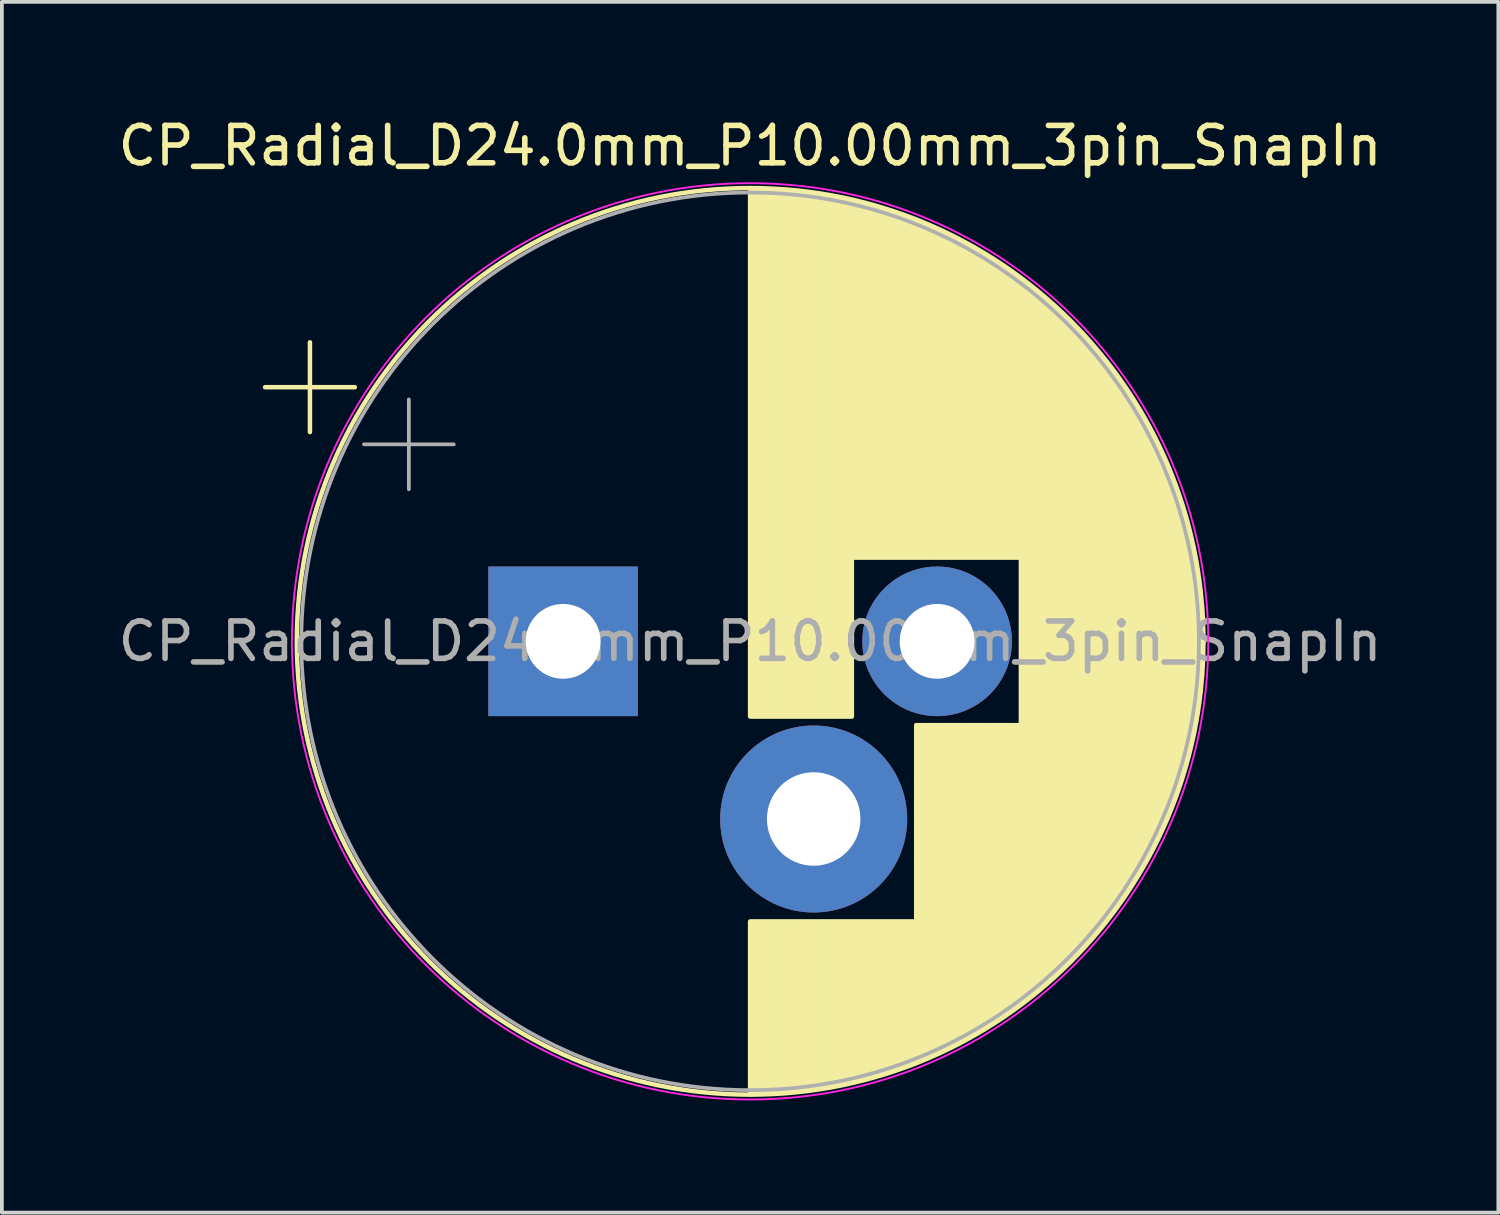
<source format=kicad_pcb>
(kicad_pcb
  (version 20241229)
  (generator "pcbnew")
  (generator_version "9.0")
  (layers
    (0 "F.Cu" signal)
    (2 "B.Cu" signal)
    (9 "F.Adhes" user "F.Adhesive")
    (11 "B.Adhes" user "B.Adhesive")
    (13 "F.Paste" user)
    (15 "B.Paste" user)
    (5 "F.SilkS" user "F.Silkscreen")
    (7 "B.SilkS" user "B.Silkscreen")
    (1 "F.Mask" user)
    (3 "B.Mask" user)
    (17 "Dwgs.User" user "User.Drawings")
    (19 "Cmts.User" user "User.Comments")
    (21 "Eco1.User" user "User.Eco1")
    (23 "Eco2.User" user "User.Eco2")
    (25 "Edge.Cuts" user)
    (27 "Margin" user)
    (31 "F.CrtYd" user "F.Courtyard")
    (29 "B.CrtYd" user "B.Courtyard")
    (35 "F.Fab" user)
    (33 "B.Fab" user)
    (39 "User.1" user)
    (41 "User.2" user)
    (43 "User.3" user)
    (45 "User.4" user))
  (footprint "CP_Radial_D24.0mm_P10.00mm_3pin_SnapIn"
    (layer "F.Cu")
    (at 12.006 14.098)
    (property "Reference" "CP_Radial_D24.0mm_P10.00mm_3pin_SnapIn" (at 5 -13.25 0) (layer "F.SilkS") (effects (font (size 1 1) (thickness 0.15))))
    (attr through_hole)
    (fp_line (start -7.969 -6.795) (end -5.569 -6.795) (stroke (width 0.12) (type solid)) (layer "F.SilkS"))
    (fp_line (start -6.769 -7.995) (end -6.769 -5.595) (stroke (width 0.12) (type solid)) (layer "F.SilkS"))
    (fp_line (start 5 -12.081) (end 5 2.01) (stroke (width 0.12) (type solid)) (layer "F.SilkS"))
    (fp_line (start 5 7.49) (end 5 12.081) (stroke (width 0.12) (type solid)) (layer "F.SilkS"))
    (fp_line (start 5.04 -12.08) (end 5.04 2.01) (stroke (width 0.12) (type solid)) (layer "F.SilkS"))
    (fp_line (start 5.04 7.49) (end 5.04 12.08) (stroke (width 0.12) (type solid)) (layer "F.SilkS"))
    (fp_line (start 5.08 -12.08) (end 5.08 2.01) (stroke (width 0.12) (type solid)) (layer "F.SilkS"))
    (fp_line (start 5.08 7.49) (end 5.08 12.08) (stroke (width 0.12) (type solid)) (layer "F.SilkS"))
    (fp_line (start 5.12 -12.08) (end 5.12 2.01) (stroke (width 0.12) (type solid)) (layer "F.SilkS"))
    (fp_line (start 5.12 7.49) (end 5.12 12.08) (stroke (width 0.12) (type solid)) (layer "F.SilkS"))
    (fp_line (start 5.16 -12.079) (end 5.16 2.01) (stroke (width 0.12) (type solid)) (layer "F.SilkS"))
    (fp_line (start 5.16 7.49) (end 5.16 12.079) (stroke (width 0.12) (type solid)) (layer "F.SilkS"))
    (fp_line (start 5.2 -12.079) (end 5.2 2.01) (stroke (width 0.12) (type solid)) (layer "F.SilkS"))
    (fp_line (start 5.2 7.49) (end 5.2 12.079) (stroke (width 0.12) (type solid)) (layer "F.SilkS"))
    (fp_line (start 5.24 -12.078) (end 5.24 2.01) (stroke (width 0.12) (type solid)) (layer "F.SilkS"))
    (fp_line (start 5.24 7.49) (end 5.24 12.078) (stroke (width 0.12) (type solid)) (layer "F.SilkS"))
    (fp_line (start 5.28 -12.077) (end 5.28 2.01) (stroke (width 0.12) (type solid)) (layer "F.SilkS"))
    (fp_line (start 5.28 7.49) (end 5.28 12.077) (stroke (width 0.12) (type solid)) (layer "F.SilkS"))
    (fp_line (start 5.32 -12.076) (end 5.32 2.01) (stroke (width 0.12) (type solid)) (layer "F.SilkS"))
    (fp_line (start 5.32 7.49) (end 5.32 12.076) (stroke (width 0.12) (type solid)) (layer "F.SilkS"))
    (fp_line (start 5.36 -12.075) (end 5.36 2.01) (stroke (width 0.12) (type solid)) (layer "F.SilkS"))
    (fp_line (start 5.36 7.49) (end 5.36 12.075) (stroke (width 0.12) (type solid)) (layer "F.SilkS"))
    (fp_line (start 5.4 -12.074) (end 5.4 2.01) (stroke (width 0.12) (type solid)) (layer "F.SilkS"))
    (fp_line (start 5.4 7.49) (end 5.4 12.074) (stroke (width 0.12) (type solid)) (layer "F.SilkS"))
    (fp_line (start 5.44 -12.073) (end 5.44 2.01) (stroke (width 0.12) (type solid)) (layer "F.SilkS"))
    (fp_line (start 5.44 7.49) (end 5.44 12.073) (stroke (width 0.12) (type solid)) (layer "F.SilkS"))
    (fp_line (start 5.48 -12.071) (end 5.48 2.01) (stroke (width 0.12) (type solid)) (layer "F.SilkS"))
    (fp_line (start 5.48 7.49) (end 5.48 12.071) (stroke (width 0.12) (type solid)) (layer "F.SilkS"))
    (fp_line (start 5.52 -12.069) (end 5.52 2.01) (stroke (width 0.12) (type solid)) (layer "F.SilkS"))
    (fp_line (start 5.52 7.49) (end 5.52 12.069) (stroke (width 0.12) (type solid)) (layer "F.SilkS"))
    (fp_line (start 5.56 -12.068) (end 5.56 2.01) (stroke (width 0.12) (type solid)) (layer "F.SilkS"))
    (fp_line (start 5.56 7.49) (end 5.56 12.068) (stroke (width 0.12) (type solid)) (layer "F.SilkS"))
    (fp_line (start 5.6 -12.066) (end 5.6 2.01) (stroke (width 0.12) (type solid)) (layer "F.SilkS"))
    (fp_line (start 5.6 7.49) (end 5.6 12.066) (stroke (width 0.12) (type solid)) (layer "F.SilkS"))
    (fp_line (start 5.64 -12.064) (end 5.64 2.01) (stroke (width 0.12) (type solid)) (layer "F.SilkS"))
    (fp_line (start 5.64 7.49) (end 5.64 12.064) (stroke (width 0.12) (type solid)) (layer "F.SilkS"))
    (fp_line (start 5.68 -12.061) (end 5.68 2.01) (stroke (width 0.12) (type solid)) (layer "F.SilkS"))
    (fp_line (start 5.68 7.49) (end 5.68 12.061) (stroke (width 0.12) (type solid)) (layer "F.SilkS"))
    (fp_line (start 5.721 -12.059) (end 5.721 2.01) (stroke (width 0.12) (type solid)) (layer "F.SilkS"))
    (fp_line (start 5.721 7.49) (end 5.721 12.059) (stroke (width 0.12) (type solid)) (layer "F.SilkS"))
    (fp_line (start 5.761 -12.057) (end 5.761 2.01) (stroke (width 0.12) (type solid)) (layer "F.SilkS"))
    (fp_line (start 5.761 7.49) (end 5.761 12.057) (stroke (width 0.12) (type solid)) (layer "F.SilkS"))
    (fp_line (start 5.801 -12.054) (end 5.801 2.01) (stroke (width 0.12) (type solid)) (layer "F.SilkS"))
    (fp_line (start 5.801 7.49) (end 5.801 12.054) (stroke (width 0.12) (type solid)) (layer "F.SilkS"))
    (fp_line (start 5.841 -12.051) (end 5.841 2.01) (stroke (width 0.12) (type solid)) (layer "F.SilkS"))
    (fp_line (start 5.841 7.49) (end 5.841 12.051) (stroke (width 0.12) (type solid)) (layer "F.SilkS"))
    (fp_line (start 5.881 -12.049) (end 5.881 2.01) (stroke (width 0.12) (type solid)) (layer "F.SilkS"))
    (fp_line (start 5.881 7.49) (end 5.881 12.049) (stroke (width 0.12) (type solid)) (layer "F.SilkS"))
    (fp_line (start 5.921 -12.046) (end 5.921 2.01) (stroke (width 0.12) (type solid)) (layer "F.SilkS"))
    (fp_line (start 5.921 7.49) (end 5.921 12.046) (stroke (width 0.12) (type solid)) (layer "F.SilkS"))
    (fp_line (start 5.961 -12.042) (end 5.961 2.01) (stroke (width 0.12) (type solid)) (layer "F.SilkS"))
    (fp_line (start 5.961 7.49) (end 5.961 12.042) (stroke (width 0.12) (type solid)) (layer "F.SilkS"))
    (fp_line (start 6.001 -12.039) (end 6.001 2.01) (stroke (width 0.12) (type solid)) (layer "F.SilkS"))
    (fp_line (start 6.001 7.49) (end 6.001 12.039) (stroke (width 0.12) (type solid)) (layer "F.SilkS"))
    (fp_line (start 6.041 -12.036) (end 6.041 2.01) (stroke (width 0.12) (type solid)) (layer "F.SilkS"))
    (fp_line (start 6.041 7.49) (end 6.041 12.036) (stroke (width 0.12) (type solid)) (layer "F.SilkS"))
    (fp_line (start 6.081 -12.032) (end 6.081 2.01) (stroke (width 0.12) (type solid)) (layer "F.SilkS"))
    (fp_line (start 6.081 7.49) (end 6.081 12.032) (stroke (width 0.12) (type solid)) (layer "F.SilkS"))
    (fp_line (start 6.121 -12.029) (end 6.121 2.01) (stroke (width 0.12) (type solid)) (layer "F.SilkS"))
    (fp_line (start 6.121 7.49) (end 6.121 12.029) (stroke (width 0.12) (type solid)) (layer "F.SilkS"))
    (fp_line (start 6.161 -12.025) (end 6.161 2.01) (stroke (width 0.12) (type solid)) (layer "F.SilkS"))
    (fp_line (start 6.161 7.49) (end 6.161 12.025) (stroke (width 0.12) (type solid)) (layer "F.SilkS"))
    (fp_line (start 6.201 -12.021) (end 6.201 2.01) (stroke (width 0.12) (type solid)) (layer "F.SilkS"))
    (fp_line (start 6.201 7.49) (end 6.201 12.021) (stroke (width 0.12) (type solid)) (layer "F.SilkS"))
    (fp_line (start 6.241 -12.017) (end 6.241 2.01) (stroke (width 0.12) (type solid)) (layer "F.SilkS"))
    (fp_line (start 6.241 7.49) (end 6.241 12.017) (stroke (width 0.12) (type solid)) (layer "F.SilkS"))
    (fp_line (start 6.281 -12.013) (end 6.281 2.01) (stroke (width 0.12) (type solid)) (layer "F.SilkS"))
    (fp_line (start 6.281 7.49) (end 6.281 12.013) (stroke (width 0.12) (type solid)) (layer "F.SilkS"))
    (fp_line (start 6.321 -12.008) (end 6.321 2.01) (stroke (width 0.12) (type solid)) (layer "F.SilkS"))
    (fp_line (start 6.321 7.49) (end 6.321 12.008) (stroke (width 0.12) (type solid)) (layer "F.SilkS"))
    (fp_line (start 6.361 -12.004) (end 6.361 2.01) (stroke (width 0.12) (type solid)) (layer "F.SilkS"))
    (fp_line (start 6.361 7.49) (end 6.361 12.004) (stroke (width 0.12) (type solid)) (layer "F.SilkS"))
    (fp_line (start 6.401 -11.999) (end 6.401 2.01) (stroke (width 0.12) (type solid)) (layer "F.SilkS"))
    (fp_line (start 6.401 7.49) (end 6.401 11.999) (stroke (width 0.12) (type solid)) (layer "F.SilkS"))
    (fp_line (start 6.441 -11.995) (end 6.441 2.01) (stroke (width 0.12) (type solid)) (layer "F.SilkS"))
    (fp_line (start 6.441 7.49) (end 6.441 11.995) (stroke (width 0.12) (type solid)) (layer "F.SilkS"))
    (fp_line (start 6.481 -11.99) (end 6.481 2.01) (stroke (width 0.12) (type solid)) (layer "F.SilkS"))
    (fp_line (start 6.481 7.49) (end 6.481 11.99) (stroke (width 0.12) (type solid)) (layer "F.SilkS"))
    (fp_line (start 6.521 -11.985) (end 6.521 2.01) (stroke (width 0.12) (type solid)) (layer "F.SilkS"))
    (fp_line (start 6.521 7.49) (end 6.521 11.985) (stroke (width 0.12) (type solid)) (layer "F.SilkS"))
    (fp_line (start 6.561 -11.98) (end 6.561 2.01) (stroke (width 0.12) (type solid)) (layer "F.SilkS"))
    (fp_line (start 6.561 7.49) (end 6.561 11.98) (stroke (width 0.12) (type solid)) (layer "F.SilkS"))
    (fp_line (start 6.601 -11.974) (end 6.601 2.01) (stroke (width 0.12) (type solid)) (layer "F.SilkS"))
    (fp_line (start 6.601 7.49) (end 6.601 11.974) (stroke (width 0.12) (type solid)) (layer "F.SilkS"))
    (fp_line (start 6.641 -11.969) (end 6.641 2.01) (stroke (width 0.12) (type solid)) (layer "F.SilkS"))
    (fp_line (start 6.641 7.49) (end 6.641 11.969) (stroke (width 0.12) (type solid)) (layer "F.SilkS"))
    (fp_line (start 6.681 -11.963) (end 6.681 2.01) (stroke (width 0.12) (type solid)) (layer "F.SilkS"))
    (fp_line (start 6.681 7.49) (end 6.681 11.963) (stroke (width 0.12) (type solid)) (layer "F.SilkS"))
    (fp_line (start 6.721 -11.958) (end 6.721 2.01) (stroke (width 0.12) (type solid)) (layer "F.SilkS"))
    (fp_line (start 6.721 7.49) (end 6.721 11.958) (stroke (width 0.12) (type solid)) (layer "F.SilkS"))
    (fp_line (start 6.761 -11.952) (end 6.761 2.01) (stroke (width 0.12) (type solid)) (layer "F.SilkS"))
    (fp_line (start 6.761 7.49) (end 6.761 11.952) (stroke (width 0.12) (type solid)) (layer "F.SilkS"))
    (fp_line (start 6.801 -11.946) (end 6.801 2.01) (stroke (width 0.12) (type solid)) (layer "F.SilkS"))
    (fp_line (start 6.801 7.49) (end 6.801 11.946) (stroke (width 0.12) (type solid)) (layer "F.SilkS"))
    (fp_line (start 6.841 -11.94) (end 6.841 2.01) (stroke (width 0.12) (type solid)) (layer "F.SilkS"))
    (fp_line (start 6.841 7.49) (end 6.841 11.94) (stroke (width 0.12) (type solid)) (layer "F.SilkS"))
    (fp_line (start 6.881 -11.934) (end 6.881 2.01) (stroke (width 0.12) (type solid)) (layer "F.SilkS"))
    (fp_line (start 6.881 7.49) (end 6.881 11.934) (stroke (width 0.12) (type solid)) (layer "F.SilkS"))
    (fp_line (start 6.921 -11.927) (end 6.921 2.01) (stroke (width 0.12) (type solid)) (layer "F.SilkS"))
    (fp_line (start 6.921 7.49) (end 6.921 11.927) (stroke (width 0.12) (type solid)) (layer "F.SilkS"))
    (fp_line (start 6.961 -11.921) (end 6.961 2.01) (stroke (width 0.12) (type solid)) (layer "F.SilkS"))
    (fp_line (start 6.961 7.49) (end 6.961 11.921) (stroke (width 0.12) (type solid)) (layer "F.SilkS"))
    (fp_line (start 7.001 -11.914) (end 7.001 2.01) (stroke (width 0.12) (type solid)) (layer "F.SilkS"))
    (fp_line (start 7.001 7.49) (end 7.001 11.914) (stroke (width 0.12) (type solid)) (layer "F.SilkS"))
    (fp_line (start 7.041 -11.908) (end 7.041 2.01) (stroke (width 0.12) (type solid)) (layer "F.SilkS"))
    (fp_line (start 7.041 7.49) (end 7.041 11.908) (stroke (width 0.12) (type solid)) (layer "F.SilkS"))
    (fp_line (start 7.081 -11.901) (end 7.081 2.01) (stroke (width 0.12) (type solid)) (layer "F.SilkS"))
    (fp_line (start 7.081 7.49) (end 7.081 11.901) (stroke (width 0.12) (type solid)) (layer "F.SilkS"))
    (fp_line (start 7.121 -11.894) (end 7.121 2.01) (stroke (width 0.12) (type solid)) (layer "F.SilkS"))
    (fp_line (start 7.121 7.49) (end 7.121 11.894) (stroke (width 0.12) (type solid)) (layer "F.SilkS"))
    (fp_line (start 7.161 -11.886) (end 7.161 2.01) (stroke (width 0.12) (type solid)) (layer "F.SilkS"))
    (fp_line (start 7.161 7.49) (end 7.161 11.886) (stroke (width 0.12) (type solid)) (layer "F.SilkS"))
    (fp_line (start 7.201 -11.879) (end 7.201 2.01) (stroke (width 0.12) (type solid)) (layer "F.SilkS"))
    (fp_line (start 7.201 7.49) (end 7.201 11.879) (stroke (width 0.12) (type solid)) (layer "F.SilkS"))
    (fp_line (start 7.241 -11.872) (end 7.241 2.01) (stroke (width 0.12) (type solid)) (layer "F.SilkS"))
    (fp_line (start 7.241 7.49) (end 7.241 11.872) (stroke (width 0.12) (type solid)) (layer "F.SilkS"))
    (fp_line (start 7.281 -11.864) (end 7.281 2.01) (stroke (width 0.12) (type solid)) (layer "F.SilkS"))
    (fp_line (start 7.281 7.49) (end 7.281 11.864) (stroke (width 0.12) (type solid)) (layer "F.SilkS"))
    (fp_line (start 7.321 -11.856) (end 7.321 2.01) (stroke (width 0.12) (type solid)) (layer "F.SilkS"))
    (fp_line (start 7.321 7.49) (end 7.321 11.856) (stroke (width 0.12) (type solid)) (layer "F.SilkS"))
    (fp_line (start 7.361 -11.849) (end 7.361 2.01) (stroke (width 0.12) (type solid)) (layer "F.SilkS"))
    (fp_line (start 7.361 7.49) (end 7.361 11.849) (stroke (width 0.12) (type solid)) (layer "F.SilkS"))
    (fp_line (start 7.401 -11.841) (end 7.401 2.01) (stroke (width 0.12) (type solid)) (layer "F.SilkS"))
    (fp_line (start 7.401 7.49) (end 7.401 11.841) (stroke (width 0.12) (type solid)) (layer "F.SilkS"))
    (fp_line (start 7.441 -11.832) (end 7.441 2.01) (stroke (width 0.12) (type solid)) (layer "F.SilkS"))
    (fp_line (start 7.441 7.49) (end 7.441 11.832) (stroke (width 0.12) (type solid)) (layer "F.SilkS"))
    (fp_line (start 7.481 -11.824) (end 7.481 2.01) (stroke (width 0.12) (type solid)) (layer "F.SilkS"))
    (fp_line (start 7.481 7.49) (end 7.481 11.824) (stroke (width 0.12) (type solid)) (layer "F.SilkS"))
    (fp_line (start 7.521 -11.816) (end 7.521 2.01) (stroke (width 0.12) (type solid)) (layer "F.SilkS"))
    (fp_line (start 7.521 7.49) (end 7.521 11.816) (stroke (width 0.12) (type solid)) (layer "F.SilkS"))
    (fp_line (start 7.561 -11.807) (end 7.561 2.01) (stroke (width 0.12) (type solid)) (layer "F.SilkS"))
    (fp_line (start 7.561 7.49) (end 7.561 11.807) (stroke (width 0.12) (type solid)) (layer "F.SilkS"))
    (fp_line (start 7.601 -11.798) (end 7.601 2.01) (stroke (width 0.12) (type solid)) (layer "F.SilkS"))
    (fp_line (start 7.601 7.49) (end 7.601 11.798) (stroke (width 0.12) (type solid)) (layer "F.SilkS"))
    (fp_line (start 7.641 -11.789) (end 7.641 2.01) (stroke (width 0.12) (type solid)) (layer "F.SilkS"))
    (fp_line (start 7.641 7.49) (end 7.641 11.789) (stroke (width 0.12) (type solid)) (layer "F.SilkS"))
    (fp_line (start 7.681 -11.78) (end 7.681 2.01) (stroke (width 0.12) (type solid)) (layer "F.SilkS"))
    (fp_line (start 7.681 7.49) (end 7.681 11.78) (stroke (width 0.12) (type solid)) (layer "F.SilkS"))
    (fp_line (start 7.721 -11.771) (end 7.721 2.01) (stroke (width 0.12) (type solid)) (layer "F.SilkS"))
    (fp_line (start 7.721 7.49) (end 7.721 11.771) (stroke (width 0.12) (type solid)) (layer "F.SilkS"))
    (fp_line (start 7.761 -11.762) (end 7.761 -2.24) (stroke (width 0.12) (type solid)) (layer "F.SilkS"))
    (fp_line (start 7.761 7.49) (end 7.761 11.762) (stroke (width 0.12) (type solid)) (layer "F.SilkS"))
    (fp_line (start 7.801 -11.753) (end 7.801 -2.24) (stroke (width 0.12) (type solid)) (layer "F.SilkS"))
    (fp_line (start 7.801 7.49) (end 7.801 11.753) (stroke (width 0.12) (type solid)) (layer "F.SilkS"))
    (fp_line (start 7.841 -11.743) (end 7.841 -2.24) (stroke (width 0.12) (type solid)) (layer "F.SilkS"))
    (fp_line (start 7.841 7.49) (end 7.841 11.743) (stroke (width 0.12) (type solid)) (layer "F.SilkS"))
    (fp_line (start 7.881 -11.733) (end 7.881 -2.24) (stroke (width 0.12) (type solid)) (layer "F.SilkS"))
    (fp_line (start 7.881 7.49) (end 7.881 11.733) (stroke (width 0.12) (type solid)) (layer "F.SilkS"))
    (fp_line (start 7.921 -11.723) (end 7.921 -2.24) (stroke (width 0.12) (type solid)) (layer "F.SilkS"))
    (fp_line (start 7.921 7.49) (end 7.921 11.723) (stroke (width 0.12) (type solid)) (layer "F.SilkS"))
    (fp_line (start 7.961 -11.713) (end 7.961 -2.24) (stroke (width 0.12) (type solid)) (layer "F.SilkS"))
    (fp_line (start 7.961 7.49) (end 7.961 11.713) (stroke (width 0.12) (type solid)) (layer "F.SilkS"))
    (fp_line (start 8.001 -11.703) (end 8.001 -2.24) (stroke (width 0.12) (type solid)) (layer "F.SilkS"))
    (fp_line (start 8.001 7.49) (end 8.001 11.703) (stroke (width 0.12) (type solid)) (layer "F.SilkS"))
    (fp_line (start 8.041 -11.693) (end 8.041 -2.24) (stroke (width 0.12) (type solid)) (layer "F.SilkS"))
    (fp_line (start 8.041 7.49) (end 8.041 11.693) (stroke (width 0.12) (type solid)) (layer "F.SilkS"))
    (fp_line (start 8.081 -11.683) (end 8.081 -2.24) (stroke (width 0.12) (type solid)) (layer "F.SilkS"))
    (fp_line (start 8.081 7.49) (end 8.081 11.683) (stroke (width 0.12) (type solid)) (layer "F.SilkS"))
    (fp_line (start 8.121 -11.672) (end 8.121 -2.24) (stroke (width 0.12) (type solid)) (layer "F.SilkS"))
    (fp_line (start 8.121 7.49) (end 8.121 11.672) (stroke (width 0.12) (type solid)) (layer "F.SilkS"))
    (fp_line (start 8.161 -11.661) (end 8.161 -2.24) (stroke (width 0.12) (type solid)) (layer "F.SilkS"))
    (fp_line (start 8.161 7.49) (end 8.161 11.661) (stroke (width 0.12) (type solid)) (layer "F.SilkS"))
    (fp_line (start 8.201 -11.65) (end 8.201 -2.24) (stroke (width 0.12) (type solid)) (layer "F.SilkS"))
    (fp_line (start 8.201 7.49) (end 8.201 11.65) (stroke (width 0.12) (type solid)) (layer "F.SilkS"))
    (fp_line (start 8.241 -11.639) (end 8.241 -2.24) (stroke (width 0.12) (type solid)) (layer "F.SilkS"))
    (fp_line (start 8.241 7.49) (end 8.241 11.639) (stroke (width 0.12) (type solid)) (layer "F.SilkS"))
    (fp_line (start 8.281 -11.628) (end 8.281 -2.24) (stroke (width 0.12) (type solid)) (layer "F.SilkS"))
    (fp_line (start 8.281 7.49) (end 8.281 11.628) (stroke (width 0.12) (type solid)) (layer "F.SilkS"))
    (fp_line (start 8.321 -11.617) (end 8.321 -2.24) (stroke (width 0.12) (type solid)) (layer "F.SilkS"))
    (fp_line (start 8.321 7.49) (end 8.321 11.617) (stroke (width 0.12) (type solid)) (layer "F.SilkS"))
    (fp_line (start 8.361 -11.605) (end 8.361 -2.24) (stroke (width 0.12) (type solid)) (layer "F.SilkS"))
    (fp_line (start 8.361 7.49) (end 8.361 11.605) (stroke (width 0.12) (type solid)) (layer "F.SilkS"))
    (fp_line (start 8.401 -11.594) (end 8.401 -2.24) (stroke (width 0.12) (type solid)) (layer "F.SilkS"))
    (fp_line (start 8.401 7.49) (end 8.401 11.594) (stroke (width 0.12) (type solid)) (layer "F.SilkS"))
    (fp_line (start 8.441 -11.582) (end 8.441 -2.24) (stroke (width 0.12) (type solid)) (layer "F.SilkS"))
    (fp_line (start 8.441 7.49) (end 8.441 11.582) (stroke (width 0.12) (type solid)) (layer "F.SilkS"))
    (fp_line (start 8.481 -11.57) (end 8.481 -2.24) (stroke (width 0.12) (type solid)) (layer "F.SilkS"))
    (fp_line (start 8.481 7.49) (end 8.481 11.57) (stroke (width 0.12) (type solid)) (layer "F.SilkS"))
    (fp_line (start 8.521 -11.558) (end 8.521 -2.24) (stroke (width 0.12) (type solid)) (layer "F.SilkS"))
    (fp_line (start 8.521 7.49) (end 8.521 11.558) (stroke (width 0.12) (type solid)) (layer "F.SilkS"))
    (fp_line (start 8.561 -11.546) (end 8.561 -2.24) (stroke (width 0.12) (type solid)) (layer "F.SilkS"))
    (fp_line (start 8.561 7.49) (end 8.561 11.546) (stroke (width 0.12) (type solid)) (layer "F.SilkS"))
    (fp_line (start 8.601 -11.534) (end 8.601 -2.24) (stroke (width 0.12) (type solid)) (layer "F.SilkS"))
    (fp_line (start 8.601 7.49) (end 8.601 11.534) (stroke (width 0.12) (type solid)) (layer "F.SilkS"))
    (fp_line (start 8.641 -11.521) (end 8.641 -2.24) (stroke (width 0.12) (type solid)) (layer "F.SilkS"))
    (fp_line (start 8.641 7.49) (end 8.641 11.521) (stroke (width 0.12) (type solid)) (layer "F.SilkS"))
    (fp_line (start 8.681 -11.508) (end 8.681 -2.24) (stroke (width 0.12) (type solid)) (layer "F.SilkS"))
    (fp_line (start 8.681 7.49) (end 8.681 11.508) (stroke (width 0.12) (type solid)) (layer "F.SilkS"))
    (fp_line (start 8.721 -11.495) (end 8.721 -2.24) (stroke (width 0.12) (type solid)) (layer "F.SilkS"))
    (fp_line (start 8.721 7.49) (end 8.721 11.495) (stroke (width 0.12) (type solid)) (layer "F.SilkS"))
    (fp_line (start 8.761 -11.483) (end 8.761 -2.24) (stroke (width 0.12) (type solid)) (layer "F.SilkS"))
    (fp_line (start 8.761 7.49) (end 8.761 11.483) (stroke (width 0.12) (type solid)) (layer "F.SilkS"))
    (fp_line (start 8.801 -11.469) (end 8.801 -2.24) (stroke (width 0.12) (type solid)) (layer "F.SilkS"))
    (fp_line (start 8.801 7.49) (end 8.801 11.469) (stroke (width 0.12) (type solid)) (layer "F.SilkS"))
    (fp_line (start 8.841 -11.456) (end 8.841 -2.24) (stroke (width 0.12) (type solid)) (layer "F.SilkS"))
    (fp_line (start 8.841 7.49) (end 8.841 11.456) (stroke (width 0.12) (type solid)) (layer "F.SilkS"))
    (fp_line (start 8.881 -11.443) (end 8.881 -2.24) (stroke (width 0.12) (type solid)) (layer "F.SilkS"))
    (fp_line (start 8.881 7.49) (end 8.881 11.443) (stroke (width 0.12) (type solid)) (layer "F.SilkS"))
    (fp_line (start 8.921 -11.429) (end 8.921 -2.24) (stroke (width 0.12) (type solid)) (layer "F.SilkS"))
    (fp_line (start 8.921 7.49) (end 8.921 11.429) (stroke (width 0.12) (type solid)) (layer "F.SilkS"))
    (fp_line (start 8.961 -11.415) (end 8.961 -2.24) (stroke (width 0.12) (type solid)) (layer "F.SilkS"))
    (fp_line (start 8.961 7.49) (end 8.961 11.415) (stroke (width 0.12) (type solid)) (layer "F.SilkS"))
    (fp_line (start 9.001 -11.401) (end 9.001 -2.24) (stroke (width 0.12) (type solid)) (layer "F.SilkS"))
    (fp_line (start 9.001 7.49) (end 9.001 11.401) (stroke (width 0.12) (type solid)) (layer "F.SilkS"))
    (fp_line (start 9.041 -11.387) (end 9.041 -2.24) (stroke (width 0.12) (type solid)) (layer "F.SilkS"))
    (fp_line (start 9.041 7.49) (end 9.041 11.387) (stroke (width 0.12) (type solid)) (layer "F.SilkS"))
    (fp_line (start 9.081 -11.373) (end 9.081 -2.24) (stroke (width 0.12) (type solid)) (layer "F.SilkS"))
    (fp_line (start 9.081 7.49) (end 9.081 11.373) (stroke (width 0.12) (type solid)) (layer "F.SilkS"))
    (fp_line (start 9.121 -11.359) (end 9.121 -2.24) (stroke (width 0.12) (type solid)) (layer "F.SilkS"))
    (fp_line (start 9.121 7.49) (end 9.121 11.359) (stroke (width 0.12) (type solid)) (layer "F.SilkS"))
    (fp_line (start 9.161 -11.344) (end 9.161 -2.24) (stroke (width 0.12) (type solid)) (layer "F.SilkS"))
    (fp_line (start 9.161 7.49) (end 9.161 11.344) (stroke (width 0.12) (type solid)) (layer "F.SilkS"))
    (fp_line (start 9.201 -11.33) (end 9.201 -2.24) (stroke (width 0.12) (type solid)) (layer "F.SilkS"))
    (fp_line (start 9.201 7.49) (end 9.201 11.33) (stroke (width 0.12) (type solid)) (layer "F.SilkS"))
    (fp_line (start 9.241 -11.315) (end 9.241 -2.24) (stroke (width 0.12) (type solid)) (layer "F.SilkS"))
    (fp_line (start 9.241 7.49) (end 9.241 11.315) (stroke (width 0.12) (type solid)) (layer "F.SilkS"))
    (fp_line (start 9.281 -11.3) (end 9.281 -2.24) (stroke (width 0.12) (type solid)) (layer "F.SilkS"))
    (fp_line (start 9.281 7.49) (end 9.281 11.3) (stroke (width 0.12) (type solid)) (layer "F.SilkS"))
    (fp_line (start 9.321 -11.284) (end 9.321 -2.24) (stroke (width 0.12) (type solid)) (layer "F.SilkS"))
    (fp_line (start 9.321 7.49) (end 9.321 11.284) (stroke (width 0.12) (type solid)) (layer "F.SilkS"))
    (fp_line (start 9.361 -11.269) (end 9.361 -2.24) (stroke (width 0.12) (type solid)) (layer "F.SilkS"))
    (fp_line (start 9.361 7.49) (end 9.361 11.269) (stroke (width 0.12) (type solid)) (layer "F.SilkS"))
    (fp_line (start 9.401 -11.254) (end 9.401 -2.24) (stroke (width 0.12) (type solid)) (layer "F.SilkS"))
    (fp_line (start 9.401 7.49) (end 9.401 11.254) (stroke (width 0.12) (type solid)) (layer "F.SilkS"))
    (fp_line (start 9.441 -11.238) (end 9.441 -2.24) (stroke (width 0.12) (type solid)) (layer "F.SilkS"))
    (fp_line (start 9.441 2.24) (end 9.441 11.238) (stroke (width 0.12) (type solid)) (layer "F.SilkS"))
    (fp_line (start 9.481 -11.222) (end 9.481 -2.24) (stroke (width 0.12) (type solid)) (layer "F.SilkS"))
    (fp_line (start 9.481 2.24) (end 9.481 11.222) (stroke (width 0.12) (type solid)) (layer "F.SilkS"))
    (fp_line (start 9.521 -11.206) (end 9.521 -2.24) (stroke (width 0.12) (type solid)) (layer "F.SilkS"))
    (fp_line (start 9.521 2.24) (end 9.521 11.206) (stroke (width 0.12) (type solid)) (layer "F.SilkS"))
    (fp_line (start 9.561 -11.19) (end 9.561 -2.24) (stroke (width 0.12) (type solid)) (layer "F.SilkS"))
    (fp_line (start 9.561 2.24) (end 9.561 11.19) (stroke (width 0.12) (type solid)) (layer "F.SilkS"))
    (fp_line (start 9.601 -11.174) (end 9.601 -2.24) (stroke (width 0.12) (type solid)) (layer "F.SilkS"))
    (fp_line (start 9.601 2.24) (end 9.601 11.174) (stroke (width 0.12) (type solid)) (layer "F.SilkS"))
    (fp_line (start 9.641 -11.157) (end 9.641 -2.24) (stroke (width 0.12) (type solid)) (layer "F.SilkS"))
    (fp_line (start 9.641 2.24) (end 9.641 11.157) (stroke (width 0.12) (type solid)) (layer "F.SilkS"))
    (fp_line (start 9.681 -11.14) (end 9.681 -2.24) (stroke (width 0.12) (type solid)) (layer "F.SilkS"))
    (fp_line (start 9.681 2.24) (end 9.681 11.14) (stroke (width 0.12) (type solid)) (layer "F.SilkS"))
    (fp_line (start 9.721 -11.124) (end 9.721 -2.24) (stroke (width 0.12) (type solid)) (layer "F.SilkS"))
    (fp_line (start 9.721 2.24) (end 9.721 11.124) (stroke (width 0.12) (type solid)) (layer "F.SilkS"))
    (fp_line (start 9.761 -11.107) (end 9.761 -2.24) (stroke (width 0.12) (type solid)) (layer "F.SilkS"))
    (fp_line (start 9.761 2.24) (end 9.761 11.107) (stroke (width 0.12) (type solid)) (layer "F.SilkS"))
    (fp_line (start 9.801 -11.089) (end 9.801 -2.24) (stroke (width 0.12) (type solid)) (layer "F.SilkS"))
    (fp_line (start 9.801 2.24) (end 9.801 11.089) (stroke (width 0.12) (type solid)) (layer "F.SilkS"))
    (fp_line (start 9.841 -11.072) (end 9.841 -2.24) (stroke (width 0.12) (type solid)) (layer "F.SilkS"))
    (fp_line (start 9.841 2.24) (end 9.841 11.072) (stroke (width 0.12) (type solid)) (layer "F.SilkS"))
    (fp_line (start 9.881 -11.055) (end 9.881 -2.24) (stroke (width 0.12) (type solid)) (layer "F.SilkS"))
    (fp_line (start 9.881 2.24) (end 9.881 11.055) (stroke (width 0.12) (type solid)) (layer "F.SilkS"))
    (fp_line (start 9.921 -11.037) (end 9.921 -2.24) (stroke (width 0.12) (type solid)) (layer "F.SilkS"))
    (fp_line (start 9.921 2.24) (end 9.921 11.037) (stroke (width 0.12) (type solid)) (layer "F.SilkS"))
    (fp_line (start 9.961 -11.019) (end 9.961 -2.24) (stroke (width 0.12) (type solid)) (layer "F.SilkS"))
    (fp_line (start 9.961 2.24) (end 9.961 11.019) (stroke (width 0.12) (type solid)) (layer "F.SilkS"))
    (fp_line (start 10.001 -11.001) (end 10.001 -2.24) (stroke (width 0.12) (type solid)) (layer "F.SilkS"))
    (fp_line (start 10.001 2.24) (end 10.001 11.001) (stroke (width 0.12) (type solid)) (layer "F.SilkS"))
    (fp_line (start 10.041 -10.983) (end 10.041 -2.24) (stroke (width 0.12) (type solid)) (layer "F.SilkS"))
    (fp_line (start 10.041 2.24) (end 10.041 10.983) (stroke (width 0.12) (type solid)) (layer "F.SilkS"))
    (fp_line (start 10.081 -10.964) (end 10.081 -2.24) (stroke (width 0.12) (type solid)) (layer "F.SilkS"))
    (fp_line (start 10.081 2.24) (end 10.081 10.964) (stroke (width 0.12) (type solid)) (layer "F.SilkS"))
    (fp_line (start 10.121 -10.946) (end 10.121 -2.24) (stroke (width 0.12) (type solid)) (layer "F.SilkS"))
    (fp_line (start 10.121 2.24) (end 10.121 10.946) (stroke (width 0.12) (type solid)) (layer "F.SilkS"))
    (fp_line (start 10.161 -10.927) (end 10.161 -2.24) (stroke (width 0.12) (type solid)) (layer "F.SilkS"))
    (fp_line (start 10.161 2.24) (end 10.161 10.927) (stroke (width 0.12) (type solid)) (layer "F.SilkS"))
    (fp_line (start 10.201 -10.908) (end 10.201 -2.24) (stroke (width 0.12) (type solid)) (layer "F.SilkS"))
    (fp_line (start 10.201 2.24) (end 10.201 10.908) (stroke (width 0.12) (type solid)) (layer "F.SilkS"))
    (fp_line (start 10.241 -10.889) (end 10.241 -2.24) (stroke (width 0.12) (type solid)) (layer "F.SilkS"))
    (fp_line (start 10.241 2.24) (end 10.241 10.889) (stroke (width 0.12) (type solid)) (layer "F.SilkS"))
    (fp_line (start 10.281 -10.87) (end 10.281 -2.24) (stroke (width 0.12) (type solid)) (layer "F.SilkS"))
    (fp_line (start 10.281 2.24) (end 10.281 10.87) (stroke (width 0.12) (type solid)) (layer "F.SilkS"))
    (fp_line (start 10.321 -10.85) (end 10.321 -2.24) (stroke (width 0.12) (type solid)) (layer "F.SilkS"))
    (fp_line (start 10.321 2.24) (end 10.321 10.85) (stroke (width 0.12) (type solid)) (layer "F.SilkS"))
    (fp_line (start 10.361 -10.831) (end 10.361 -2.24) (stroke (width 0.12) (type solid)) (layer "F.SilkS"))
    (fp_line (start 10.361 2.24) (end 10.361 10.831) (stroke (width 0.12) (type solid)) (layer "F.SilkS"))
    (fp_line (start 10.401 -10.811) (end 10.401 -2.24) (stroke (width 0.12) (type solid)) (layer "F.SilkS"))
    (fp_line (start 10.401 2.24) (end 10.401 10.811) (stroke (width 0.12) (type solid)) (layer "F.SilkS"))
    (fp_line (start 10.441 -10.791) (end 10.441 -2.24) (stroke (width 0.12) (type solid)) (layer "F.SilkS"))
    (fp_line (start 10.441 2.24) (end 10.441 10.791) (stroke (width 0.12) (type solid)) (layer "F.SilkS"))
    (fp_line (start 10.481 -10.771) (end 10.481 -2.24) (stroke (width 0.12) (type solid)) (layer "F.SilkS"))
    (fp_line (start 10.481 2.24) (end 10.481 10.771) (stroke (width 0.12) (type solid)) (layer "F.SilkS"))
    (fp_line (start 10.521 -10.75) (end 10.521 -2.24) (stroke (width 0.12) (type solid)) (layer "F.SilkS"))
    (fp_line (start 10.521 2.24) (end 10.521 10.75) (stroke (width 0.12) (type solid)) (layer "F.SilkS"))
    (fp_line (start 10.561 -10.73) (end 10.561 -2.24) (stroke (width 0.12) (type solid)) (layer "F.SilkS"))
    (fp_line (start 10.561 2.24) (end 10.561 10.73) (stroke (width 0.12) (type solid)) (layer "F.SilkS"))
    (fp_line (start 10.601 -10.709) (end 10.601 -2.24) (stroke (width 0.12) (type solid)) (layer "F.SilkS"))
    (fp_line (start 10.601 2.24) (end 10.601 10.709) (stroke (width 0.12) (type solid)) (layer "F.SilkS"))
    (fp_line (start 10.641 -10.688) (end 10.641 -2.24) (stroke (width 0.12) (type solid)) (layer "F.SilkS"))
    (fp_line (start 10.641 2.24) (end 10.641 10.688) (stroke (width 0.12) (type solid)) (layer "F.SilkS"))
    (fp_line (start 10.681 -10.667) (end 10.681 -2.24) (stroke (width 0.12) (type solid)) (layer "F.SilkS"))
    (fp_line (start 10.681 2.24) (end 10.681 10.667) (stroke (width 0.12) (type solid)) (layer "F.SilkS"))
    (fp_line (start 10.721 -10.646) (end 10.721 -2.24) (stroke (width 0.12) (type solid)) (layer "F.SilkS"))
    (fp_line (start 10.721 2.24) (end 10.721 10.646) (stroke (width 0.12) (type solid)) (layer "F.SilkS"))
    (fp_line (start 10.761 -10.624) (end 10.761 -2.24) (stroke (width 0.12) (type solid)) (layer "F.SilkS"))
    (fp_line (start 10.761 2.24) (end 10.761 10.624) (stroke (width 0.12) (type solid)) (layer "F.SilkS"))
    (fp_line (start 10.801 -10.603) (end 10.801 -2.24) (stroke (width 0.12) (type solid)) (layer "F.SilkS"))
    (fp_line (start 10.801 2.24) (end 10.801 10.603) (stroke (width 0.12) (type solid)) (layer "F.SilkS"))
    (fp_line (start 10.841 -10.581) (end 10.841 -2.24) (stroke (width 0.12) (type solid)) (layer "F.SilkS"))
    (fp_line (start 10.841 2.24) (end 10.841 10.581) (stroke (width 0.12) (type solid)) (layer "F.SilkS"))
    (fp_line (start 10.881 -10.559) (end 10.881 -2.24) (stroke (width 0.12) (type solid)) (layer "F.SilkS"))
    (fp_line (start 10.881 2.24) (end 10.881 10.559) (stroke (width 0.12) (type solid)) (layer "F.SilkS"))
    (fp_line (start 10.921 -10.536) (end 10.921 -2.24) (stroke (width 0.12) (type solid)) (layer "F.SilkS"))
    (fp_line (start 10.921 2.24) (end 10.921 10.536) (stroke (width 0.12) (type solid)) (layer "F.SilkS"))
    (fp_line (start 10.961 -10.514) (end 10.961 -2.24) (stroke (width 0.12) (type solid)) (layer "F.SilkS"))
    (fp_line (start 10.961 2.24) (end 10.961 10.514) (stroke (width 0.12) (type solid)) (layer "F.SilkS"))
    (fp_line (start 11.001 -10.491) (end 11.001 -2.24) (stroke (width 0.12) (type solid)) (layer "F.SilkS"))
    (fp_line (start 11.001 2.24) (end 11.001 10.491) (stroke (width 0.12) (type solid)) (layer "F.SilkS"))
    (fp_line (start 11.041 -10.468) (end 11.041 -2.24) (stroke (width 0.12) (type solid)) (layer "F.SilkS"))
    (fp_line (start 11.041 2.24) (end 11.041 10.468) (stroke (width 0.12) (type solid)) (layer "F.SilkS"))
    (fp_line (start 11.081 -10.445) (end 11.081 -2.24) (stroke (width 0.12) (type solid)) (layer "F.SilkS"))
    (fp_line (start 11.081 2.24) (end 11.081 10.445) (stroke (width 0.12) (type solid)) (layer "F.SilkS"))
    (fp_line (start 11.121 -10.422) (end 11.121 -2.24) (stroke (width 0.12) (type solid)) (layer "F.SilkS"))
    (fp_line (start 11.121 2.24) (end 11.121 10.422) (stroke (width 0.12) (type solid)) (layer "F.SilkS"))
    (fp_line (start 11.161 -10.398) (end 11.161 -2.24) (stroke (width 0.12) (type solid)) (layer "F.SilkS"))
    (fp_line (start 11.161 2.24) (end 11.161 10.398) (stroke (width 0.12) (type solid)) (layer "F.SilkS"))
    (fp_line (start 11.201 -10.375) (end 11.201 -2.24) (stroke (width 0.12) (type solid)) (layer "F.SilkS"))
    (fp_line (start 11.201 2.24) (end 11.201 10.375) (stroke (width 0.12) (type solid)) (layer "F.SilkS"))
    (fp_line (start 11.241 -10.351) (end 11.241 -2.24) (stroke (width 0.12) (type solid)) (layer "F.SilkS"))
    (fp_line (start 11.241 2.24) (end 11.241 10.351) (stroke (width 0.12) (type solid)) (layer "F.SilkS"))
    (fp_line (start 11.281 -10.327) (end 11.281 -2.24) (stroke (width 0.12) (type solid)) (layer "F.SilkS"))
    (fp_line (start 11.281 2.24) (end 11.281 10.327) (stroke (width 0.12) (type solid)) (layer "F.SilkS"))
    (fp_line (start 11.321 -10.302) (end 11.321 -2.24) (stroke (width 0.12) (type solid)) (layer "F.SilkS"))
    (fp_line (start 11.321 2.24) (end 11.321 10.302) (stroke (width 0.12) (type solid)) (layer "F.SilkS"))
    (fp_line (start 11.361 -10.278) (end 11.361 -2.24) (stroke (width 0.12) (type solid)) (layer "F.SilkS"))
    (fp_line (start 11.361 2.24) (end 11.361 10.278) (stroke (width 0.12) (type solid)) (layer "F.SilkS"))
    (fp_line (start 11.401 -10.253) (end 11.401 -2.24) (stroke (width 0.12) (type solid)) (layer "F.SilkS"))
    (fp_line (start 11.401 2.24) (end 11.401 10.253) (stroke (width 0.12) (type solid)) (layer "F.SilkS"))
    (fp_line (start 11.441 -10.228) (end 11.441 -2.24) (stroke (width 0.12) (type solid)) (layer "F.SilkS"))
    (fp_line (start 11.441 2.24) (end 11.441 10.228) (stroke (width 0.12) (type solid)) (layer "F.SilkS"))
    (fp_line (start 11.481 -10.203) (end 11.481 -2.24) (stroke (width 0.12) (type solid)) (layer "F.SilkS"))
    (fp_line (start 11.481 2.24) (end 11.481 10.203) (stroke (width 0.12) (type solid)) (layer "F.SilkS"))
    (fp_line (start 11.521 -10.177) (end 11.521 -2.24) (stroke (width 0.12) (type solid)) (layer "F.SilkS"))
    (fp_line (start 11.521 2.24) (end 11.521 10.177) (stroke (width 0.12) (type solid)) (layer "F.SilkS"))
    (fp_line (start 11.561 -10.152) (end 11.561 -2.24) (stroke (width 0.12) (type solid)) (layer "F.SilkS"))
    (fp_line (start 11.561 2.24) (end 11.561 10.152) (stroke (width 0.12) (type solid)) (layer "F.SilkS"))
    (fp_line (start 11.601 -10.126) (end 11.601 -2.24) (stroke (width 0.12) (type solid)) (layer "F.SilkS"))
    (fp_line (start 11.601 2.24) (end 11.601 10.126) (stroke (width 0.12) (type solid)) (layer "F.SilkS"))
    (fp_line (start 11.641 -10.1) (end 11.641 -2.24) (stroke (width 0.12) (type solid)) (layer "F.SilkS"))
    (fp_line (start 11.641 2.24) (end 11.641 10.1) (stroke (width 0.12) (type solid)) (layer "F.SilkS"))
    (fp_line (start 11.681 -10.073) (end 11.681 -2.24) (stroke (width 0.12) (type solid)) (layer "F.SilkS"))
    (fp_line (start 11.681 2.24) (end 11.681 10.073) (stroke (width 0.12) (type solid)) (layer "F.SilkS"))
    (fp_line (start 11.721 -10.047) (end 11.721 -2.24) (stroke (width 0.12) (type solid)) (layer "F.SilkS"))
    (fp_line (start 11.721 2.24) (end 11.721 10.047) (stroke (width 0.12) (type solid)) (layer "F.SilkS"))
    (fp_line (start 11.761 -10.02) (end 11.761 -2.24) (stroke (width 0.12) (type solid)) (layer "F.SilkS"))
    (fp_line (start 11.761 2.24) (end 11.761 10.02) (stroke (width 0.12) (type solid)) (layer "F.SilkS"))
    (fp_line (start 11.801 -9.993) (end 11.801 -2.24) (stroke (width 0.12) (type solid)) (layer "F.SilkS"))
    (fp_line (start 11.801 2.24) (end 11.801 9.993) (stroke (width 0.12) (type solid)) (layer "F.SilkS"))
    (fp_line (start 11.841 -9.966) (end 11.841 -2.24) (stroke (width 0.12) (type solid)) (layer "F.SilkS"))
    (fp_line (start 11.841 2.24) (end 11.841 9.966) (stroke (width 0.12) (type solid)) (layer "F.SilkS"))
    (fp_line (start 11.881 -9.938) (end 11.881 -2.24) (stroke (width 0.12) (type solid)) (layer "F.SilkS"))
    (fp_line (start 11.881 2.24) (end 11.881 9.938) (stroke (width 0.12) (type solid)) (layer "F.SilkS"))
    (fp_line (start 11.921 -9.911) (end 11.921 -2.24) (stroke (width 0.12) (type solid)) (layer "F.SilkS"))
    (fp_line (start 11.921 2.24) (end 11.921 9.911) (stroke (width 0.12) (type solid)) (layer "F.SilkS"))
    (fp_line (start 11.961 -9.883) (end 11.961 -2.24) (stroke (width 0.12) (type solid)) (layer "F.SilkS"))
    (fp_line (start 11.961 2.24) (end 11.961 9.883) (stroke (width 0.12) (type solid)) (layer "F.SilkS"))
    (fp_line (start 12.001 -9.855) (end 12.001 -2.24) (stroke (width 0.12) (type solid)) (layer "F.SilkS"))
    (fp_line (start 12.001 2.24) (end 12.001 9.855) (stroke (width 0.12) (type solid)) (layer "F.SilkS"))
    (fp_line (start 12.041 -9.826) (end 12.041 -2.24) (stroke (width 0.12) (type solid)) (layer "F.SilkS"))
    (fp_line (start 12.041 2.24) (end 12.041 9.826) (stroke (width 0.12) (type solid)) (layer "F.SilkS"))
    (fp_line (start 12.081 -9.798) (end 12.081 -2.24) (stroke (width 0.12) (type solid)) (layer "F.SilkS"))
    (fp_line (start 12.081 2.24) (end 12.081 9.798) (stroke (width 0.12) (type solid)) (layer "F.SilkS"))
    (fp_line (start 12.121 -9.769) (end 12.121 -2.24) (stroke (width 0.12) (type solid)) (layer "F.SilkS"))
    (fp_line (start 12.121 2.24) (end 12.121 9.769) (stroke (width 0.12) (type solid)) (layer "F.SilkS"))
    (fp_line (start 12.161 -9.739) (end 12.161 -2.24) (stroke (width 0.12) (type solid)) (layer "F.SilkS"))
    (fp_line (start 12.161 2.24) (end 12.161 9.739) (stroke (width 0.12) (type solid)) (layer "F.SilkS"))
    (fp_line (start 12.201 -9.71) (end 12.201 -2.24) (stroke (width 0.12) (type solid)) (layer "F.SilkS"))
    (fp_line (start 12.201 2.24) (end 12.201 9.71) (stroke (width 0.12) (type solid)) (layer "F.SilkS"))
    (fp_line (start 12.241 -9.68) (end 12.241 9.68) (stroke (width 0.12) (type solid)) (layer "F.SilkS"))
    (fp_line (start 12.281 -9.65) (end 12.281 9.65) (stroke (width 0.12) (type solid)) (layer "F.SilkS"))
    (fp_line (start 12.321 -9.62) (end 12.321 9.62) (stroke (width 0.12) (type solid)) (layer "F.SilkS"))
    (fp_line (start 12.361 -9.59) (end 12.361 9.59) (stroke (width 0.12) (type solid)) (layer "F.SilkS"))
    (fp_line (start 12.401 -9.559) (end 12.401 9.559) (stroke (width 0.12) (type solid)) (layer "F.SilkS"))
    (fp_line (start 12.441 -9.528) (end 12.441 9.528) (stroke (width 0.12) (type solid)) (layer "F.SilkS"))
    (fp_line (start 12.481 -9.497) (end 12.481 9.497) (stroke (width 0.12) (type solid)) (layer "F.SilkS"))
    (fp_line (start 12.521 -9.465) (end 12.521 9.465) (stroke (width 0.12) (type solid)) (layer "F.SilkS"))
    (fp_line (start 12.561 -9.434) (end 12.561 9.434) (stroke (width 0.12) (type solid)) (layer "F.SilkS"))
    (fp_line (start 12.601 -9.402) (end 12.601 9.402) (stroke (width 0.12) (type solid)) (layer "F.SilkS"))
    (fp_line (start 12.641 -9.369) (end 12.641 9.369) (stroke (width 0.12) (type solid)) (layer "F.SilkS"))
    (fp_line (start 12.681 -9.337) (end 12.681 9.337) (stroke (width 0.12) (type solid)) (layer "F.SilkS"))
    (fp_line (start 12.721 -9.304) (end 12.721 9.304) (stroke (width 0.12) (type solid)) (layer "F.SilkS"))
    (fp_line (start 12.761 -9.271) (end 12.761 9.271) (stroke (width 0.12) (type solid)) (layer "F.SilkS"))
    (fp_line (start 12.801 -9.237) (end 12.801 9.237) (stroke (width 0.12) (type solid)) (layer "F.SilkS"))
    (fp_line (start 12.841 -9.203) (end 12.841 9.203) (stroke (width 0.12) (type solid)) (layer "F.SilkS"))
    (fp_line (start 12.881 -9.169) (end 12.881 9.169) (stroke (width 0.12) (type solid)) (layer "F.SilkS"))
    (fp_line (start 12.921 -9.135) (end 12.921 9.135) (stroke (width 0.12) (type solid)) (layer "F.SilkS"))
    (fp_line (start 12.961 -9.1) (end 12.961 9.1) (stroke (width 0.12) (type solid)) (layer "F.SilkS"))
    (fp_line (start 13.001 -9.065) (end 13.001 9.065) (stroke (width 0.12) (type solid)) (layer "F.SilkS"))
    (fp_line (start 13.041 -9.03) (end 13.041 9.03) (stroke (width 0.12) (type solid)) (layer "F.SilkS"))
    (fp_line (start 13.081 -8.994) (end 13.081 8.994) (stroke (width 0.12) (type solid)) (layer "F.SilkS"))
    (fp_line (start 13.121 -8.958) (end 13.121 8.958) (stroke (width 0.12) (type solid)) (layer "F.SilkS"))
    (fp_line (start 13.161 -8.922) (end 13.161 8.922) (stroke (width 0.12) (type solid)) (layer "F.SilkS"))
    (fp_line (start 13.2 -8.885) (end 13.2 8.885) (stroke (width 0.12) (type solid)) (layer "F.SilkS"))
    (fp_line (start 13.24 -8.849) (end 13.24 8.849) (stroke (width 0.12) (type solid)) (layer "F.SilkS"))
    (fp_line (start 13.28 -8.811) (end 13.28 8.811) (stroke (width 0.12) (type solid)) (layer "F.SilkS"))
    (fp_line (start 13.32 -8.774) (end 13.32 8.774) (stroke (width 0.12) (type solid)) (layer "F.SilkS"))
    (fp_line (start 13.36 -8.736) (end 13.36 8.736) (stroke (width 0.12) (type solid)) (layer "F.SilkS"))
    (fp_line (start 13.4 -8.697) (end 13.4 8.697) (stroke (width 0.12) (type solid)) (layer "F.SilkS"))
    (fp_line (start 13.44 -8.659) (end 13.44 8.659) (stroke (width 0.12) (type solid)) (layer "F.SilkS"))
    (fp_line (start 13.48 -8.62) (end 13.48 8.62) (stroke (width 0.12) (type solid)) (layer "F.SilkS"))
    (fp_line (start 13.52 -8.58) (end 13.52 8.58) (stroke (width 0.12) (type solid)) (layer "F.SilkS"))
    (fp_line (start 13.56 -8.541) (end 13.56 8.541) (stroke (width 0.12) (type solid)) (layer "F.SilkS"))
    (fp_line (start 13.6 -8.501) (end 13.6 8.501) (stroke (width 0.12) (type solid)) (layer "F.SilkS"))
    (fp_line (start 13.64 -8.46) (end 13.64 8.46) (stroke (width 0.12) (type solid)) (layer "F.SilkS"))
    (fp_line (start 13.68 -8.419) (end 13.68 8.419) (stroke (width 0.12) (type solid)) (layer "F.SilkS"))
    (fp_line (start 13.72 -8.378) (end 13.72 8.378) (stroke (width 0.12) (type solid)) (layer "F.SilkS"))
    (fp_line (start 13.76 -8.336) (end 13.76 8.336) (stroke (width 0.12) (type solid)) (layer "F.SilkS"))
    (fp_line (start 13.8 -8.294) (end 13.8 8.294) (stroke (width 0.12) (type solid)) (layer "F.SilkS"))
    (fp_line (start 13.84 -8.252) (end 13.84 8.252) (stroke (width 0.12) (type solid)) (layer "F.SilkS"))
    (fp_line (start 13.88 -8.209) (end 13.88 8.209) (stroke (width 0.12) (type solid)) (layer "F.SilkS"))
    (fp_line (start 13.92 -8.166) (end 13.92 8.166) (stroke (width 0.12) (type solid)) (layer "F.SilkS"))
    (fp_line (start 13.96 -8.122) (end 13.96 8.122) (stroke (width 0.12) (type solid)) (layer "F.SilkS"))
    (fp_line (start 14 -8.078) (end 14 8.078) (stroke (width 0.12) (type solid)) (layer "F.SilkS"))
    (fp_line (start 14.04 -8.033) (end 14.04 8.033) (stroke (width 0.12) (type solid)) (layer "F.SilkS"))
    (fp_line (start 14.08 -7.988) (end 14.08 7.988) (stroke (width 0.12) (type solid)) (layer "F.SilkS"))
    (fp_line (start 14.12 -7.943) (end 14.12 7.943) (stroke (width 0.12) (type solid)) (layer "F.SilkS"))
    (fp_line (start 14.16 -7.897) (end 14.16 7.897) (stroke (width 0.12) (type solid)) (layer "F.SilkS"))
    (fp_line (start 14.2 -7.851) (end 14.2 7.851) (stroke (width 0.12) (type solid)) (layer "F.SilkS"))
    (fp_line (start 14.24 -7.804) (end 14.24 7.804) (stroke (width 0.12) (type solid)) (layer "F.SilkS"))
    (fp_line (start 14.28 -7.756) (end 14.28 7.756) (stroke (width 0.12) (type solid)) (layer "F.SilkS"))
    (fp_line (start 14.32 -7.709) (end 14.32 7.709) (stroke (width 0.12) (type solid)) (layer "F.SilkS"))
    (fp_line (start 14.36 -7.66) (end 14.36 7.66) (stroke (width 0.12) (type solid)) (layer "F.SilkS"))
    (fp_line (start 14.4 -7.611) (end 14.4 7.611) (stroke (width 0.12) (type solid)) (layer "F.SilkS"))
    (fp_line (start 14.44 -7.562) (end 14.44 7.562) (stroke (width 0.12) (type solid)) (layer "F.SilkS"))
    (fp_line (start 14.48 -7.512) (end 14.48 7.512) (stroke (width 0.12) (type solid)) (layer "F.SilkS"))
    (fp_line (start 14.52 -7.461) (end 14.52 7.461) (stroke (width 0.12) (type solid)) (layer "F.SilkS"))
    (fp_line (start 14.56 -7.41) (end 14.56 7.41) (stroke (width 0.12) (type solid)) (layer "F.SilkS"))
    (fp_line (start 14.6 -7.359) (end 14.6 7.359) (stroke (width 0.12) (type solid)) (layer "F.SilkS"))
    (fp_line (start 14.64 -7.307) (end 14.64 7.307) (stroke (width 0.12) (type solid)) (layer "F.SilkS"))
    (fp_line (start 14.68 -7.254) (end 14.68 7.254) (stroke (width 0.12) (type solid)) (layer "F.SilkS"))
    (fp_line (start 14.72 -7.2) (end 14.72 7.2) (stroke (width 0.12) (type solid)) (layer "F.SilkS"))
    (fp_line (start 14.76 -7.146) (end 14.76 7.146) (stroke (width 0.12) (type solid)) (layer "F.SilkS"))
    (fp_line (start 14.8 -7.092) (end 14.8 7.092) (stroke (width 0.12) (type solid)) (layer "F.SilkS"))
    (fp_line (start 14.84 -7.036) (end 14.84 7.036) (stroke (width 0.12) (type solid)) (layer "F.SilkS"))
    (fp_line (start 14.88 -6.98) (end 14.88 6.98) (stroke (width 0.12) (type solid)) (layer "F.SilkS"))
    (fp_line (start 14.92 -6.924) (end 14.92 6.924) (stroke (width 0.12) (type solid)) (layer "F.SilkS"))
    (fp_line (start 14.96 -6.866) (end 14.96 6.866) (stroke (width 0.12) (type solid)) (layer "F.SilkS"))
    (fp_line (start 15 -6.808) (end 15 6.808) (stroke (width 0.12) (type solid)) (layer "F.SilkS"))
    (fp_line (start 15.04 -6.75) (end 15.04 6.75) (stroke (width 0.12) (type solid)) (layer "F.SilkS"))
    (fp_line (start 15.08 -6.69) (end 15.08 6.69) (stroke (width 0.12) (type solid)) (layer "F.SilkS"))
    (fp_line (start 15.12 -6.63) (end 15.12 6.63) (stroke (width 0.12) (type solid)) (layer "F.SilkS"))
    (fp_line (start 15.16 -6.569) (end 15.16 6.569) (stroke (width 0.12) (type solid)) (layer "F.SilkS"))
    (fp_line (start 15.2 -6.507) (end 15.2 6.507) (stroke (width 0.12) (type solid)) (layer "F.SilkS"))
    (fp_line (start 15.24 -6.444) (end 15.24 6.444) (stroke (width 0.12) (type solid)) (layer "F.SilkS"))
    (fp_line (start 15.28 -6.38) (end 15.28 6.38) (stroke (width 0.12) (type solid)) (layer "F.SilkS"))
    (fp_line (start 15.32 -6.316) (end 15.32 6.316) (stroke (width 0.12) (type solid)) (layer "F.SilkS"))
    (fp_line (start 15.36 -6.251) (end 15.36 6.251) (stroke (width 0.12) (type solid)) (layer "F.SilkS"))
    (fp_line (start 15.4 -6.184) (end 15.4 6.184) (stroke (width 0.12) (type solid)) (layer "F.SilkS"))
    (fp_line (start 15.44 -6.117) (end 15.44 6.117) (stroke (width 0.12) (type solid)) (layer "F.SilkS"))
    (fp_line (start 15.48 -6.049) (end 15.48 6.049) (stroke (width 0.12) (type solid)) (layer "F.SilkS"))
    (fp_line (start 15.52 -5.979) (end 15.52 5.979) (stroke (width 0.12) (type solid)) (layer "F.SilkS"))
    (fp_line (start 15.56 -5.909) (end 15.56 5.909) (stroke (width 0.12) (type solid)) (layer "F.SilkS"))
    (fp_line (start 15.6 -5.837) (end 15.6 5.837) (stroke (width 0.12) (type solid)) (layer "F.SilkS"))
    (fp_line (start 15.64 -5.764) (end 15.64 5.764) (stroke (width 0.12) (type solid)) (layer "F.SilkS"))
    (fp_line (start 15.68 -5.69) (end 15.68 5.69) (stroke (width 0.12) (type solid)) (layer "F.SilkS"))
    (fp_line (start 15.72 -5.615) (end 15.72 5.615) (stroke (width 0.12) (type solid)) (layer "F.SilkS"))
    (fp_line (start 15.76 -5.539) (end 15.76 5.539) (stroke (width 0.12) (type solid)) (layer "F.SilkS"))
    (fp_line (start 15.8 -5.461) (end 15.8 5.461) (stroke (width 0.12) (type solid)) (layer "F.SilkS"))
    (fp_line (start 15.84 -5.382) (end 15.84 5.382) (stroke (width 0.12) (type solid)) (layer "F.SilkS"))
    (fp_line (start 15.88 -5.301) (end 15.88 5.301) (stroke (width 0.12) (type solid)) (layer "F.SilkS"))
    (fp_line (start 15.92 -5.219) (end 15.92 5.219) (stroke (width 0.12) (type solid)) (layer "F.SilkS"))
    (fp_line (start 15.96 -5.135) (end 15.96 5.135) (stroke (width 0.12) (type solid)) (layer "F.SilkS"))
    (fp_line (start 16 -5.049) (end 16 5.049) (stroke (width 0.12) (type solid)) (layer "F.SilkS"))
    (fp_line (start 16.04 -4.962) (end 16.04 4.962) (stroke (width 0.12) (type solid)) (layer "F.SilkS"))
    (fp_line (start 16.08 -4.873) (end 16.08 4.873) (stroke (width 0.12) (type solid)) (layer "F.SilkS"))
    (fp_line (start 16.12 -4.781) (end 16.12 4.781) (stroke (width 0.12) (type solid)) (layer "F.SilkS"))
    (fp_line (start 16.16 -4.688) (end 16.16 4.688) (stroke (width 0.12) (type solid)) (layer "F.SilkS"))
    (fp_line (start 16.2 -4.592) (end 16.2 4.592) (stroke (width 0.12) (type solid)) (layer "F.SilkS"))
    (fp_line (start 16.24 -4.494) (end 16.24 4.494) (stroke (width 0.12) (type solid)) (layer "F.SilkS"))
    (fp_line (start 16.28 -4.394) (end 16.28 4.394) (stroke (width 0.12) (type solid)) (layer "F.SilkS"))
    (fp_line (start 16.32 -4.291) (end 16.32 4.291) (stroke (width 0.12) (type solid)) (layer "F.SilkS"))
    (fp_line (start 16.36 -4.185) (end 16.36 4.185) (stroke (width 0.12) (type solid)) (layer "F.SilkS"))
    (fp_line (start 16.4 -4.076) (end 16.4 4.076) (stroke (width 0.12) (type solid)) (layer "F.SilkS"))
    (fp_line (start 16.44 -3.963) (end 16.44 3.963) (stroke (width 0.12) (type solid)) (layer "F.SilkS"))
    (fp_line (start 16.48 -3.847) (end 16.48 3.847) (stroke (width 0.12) (type solid)) (layer "F.SilkS"))
    (fp_line (start 16.52 -3.727) (end 16.52 3.727) (stroke (width 0.12) (type solid)) (layer "F.SilkS"))
    (fp_line (start 16.56 -3.602) (end 16.56 3.602) (stroke (width 0.12) (type solid)) (layer "F.SilkS"))
    (fp_line (start 16.6 -3.473) (end 16.6 3.473) (stroke (width 0.12) (type solid)) (layer "F.SilkS"))
    (fp_line (start 16.64 -3.338) (end 16.64 3.338) (stroke (width 0.12) (type solid)) (layer "F.SilkS"))
    (fp_line (start 16.68 -3.197) (end 16.68 3.197) (stroke (width 0.12) (type solid)) (layer "F.SilkS"))
    (fp_line (start 16.72 -3.049) (end 16.72 3.049) (stroke (width 0.12) (type solid)) (layer "F.SilkS"))
    (fp_line (start 16.76 -2.893) (end 16.76 2.893) (stroke (width 0.12) (type solid)) (layer "F.SilkS"))
    (fp_line (start 16.8 -2.727) (end 16.8 2.727) (stroke (width 0.12) (type solid)) (layer "F.SilkS"))
    (fp_line (start 16.84 -2.551) (end 16.84 2.551) (stroke (width 0.12) (type solid)) (layer "F.SilkS"))
    (fp_line (start 16.88 -2.361) (end 16.88 2.361) (stroke (width 0.12) (type solid)) (layer "F.SilkS"))
    (fp_line (start 16.92 -2.153) (end 16.92 2.153) (stroke (width 0.12) (type solid)) (layer "F.SilkS"))
    (fp_line (start 16.96 -1.923) (end 16.96 1.923) (stroke (width 0.12) (type solid)) (layer "F.SilkS"))
    (fp_line (start 17 -1.662) (end 17 1.662) (stroke (width 0.12) (type solid)) (layer "F.SilkS"))
    (fp_line (start 17.04 -1.351) (end 17.04 1.351) (stroke (width 0.12) (type solid)) (layer "F.SilkS"))
    (fp_line (start 17.08 -0.944) (end 17.08 0.944) (stroke (width 0.12) (type solid)) (layer "F.SilkS"))
    (fp_line (start 17.12 -0.04) (end 17.12 0.04) (stroke (width 0.12) (type solid)) (layer "F.SilkS"))
    (fp_circle (center 5 0) (end 17.12 0) (stroke (width 0.12) (type solid)) (fill no) (layer "F.SilkS"))
    (fp_circle (center 5 0) (end 17.25 0) (stroke (width 0.05) (type solid)) (fill no) (layer "F.CrtYd"))
    (fp_line (start -5.324 -5.268) (end -2.924 -5.268) (stroke (width 0.1) (type solid)) (layer "F.Fab"))
    (fp_line (start -4.124 -6.468) (end -4.124 -4.067) (stroke (width 0.1) (type solid)) (layer "F.Fab"))
    (fp_circle (center 5 0) (end 17 0) (stroke (width 0.1) (type solid)) (fill no) (layer "F.Fab"))
    (fp_text user "${REFERENCE}" (at 5 0 0) (layer "F.Fab") (effects (font (size 1 1) (thickness 0.15))))
    (pad "1" thru_hole rect (at 0 0) (size 4 4) (drill 2) (layers "*.Cu" "*.Mask"))
    (pad "2" thru_hole circle (at 6.7 4.75) (size 5 5) (drill 2.5) (layers "*.Cu" "*.Mask"))
    (pad "2" thru_hole circle (at 10 0) (size 4 4) (drill 2) (layers "*.Cu" "*.Mask")))
  (gr_rect
    (start -3 -3)
    (end 37.012 29.373)
    (stroke (width 0.1) (type default))
    (fill no)
    (layer "Edge.Cuts")))
</source>
